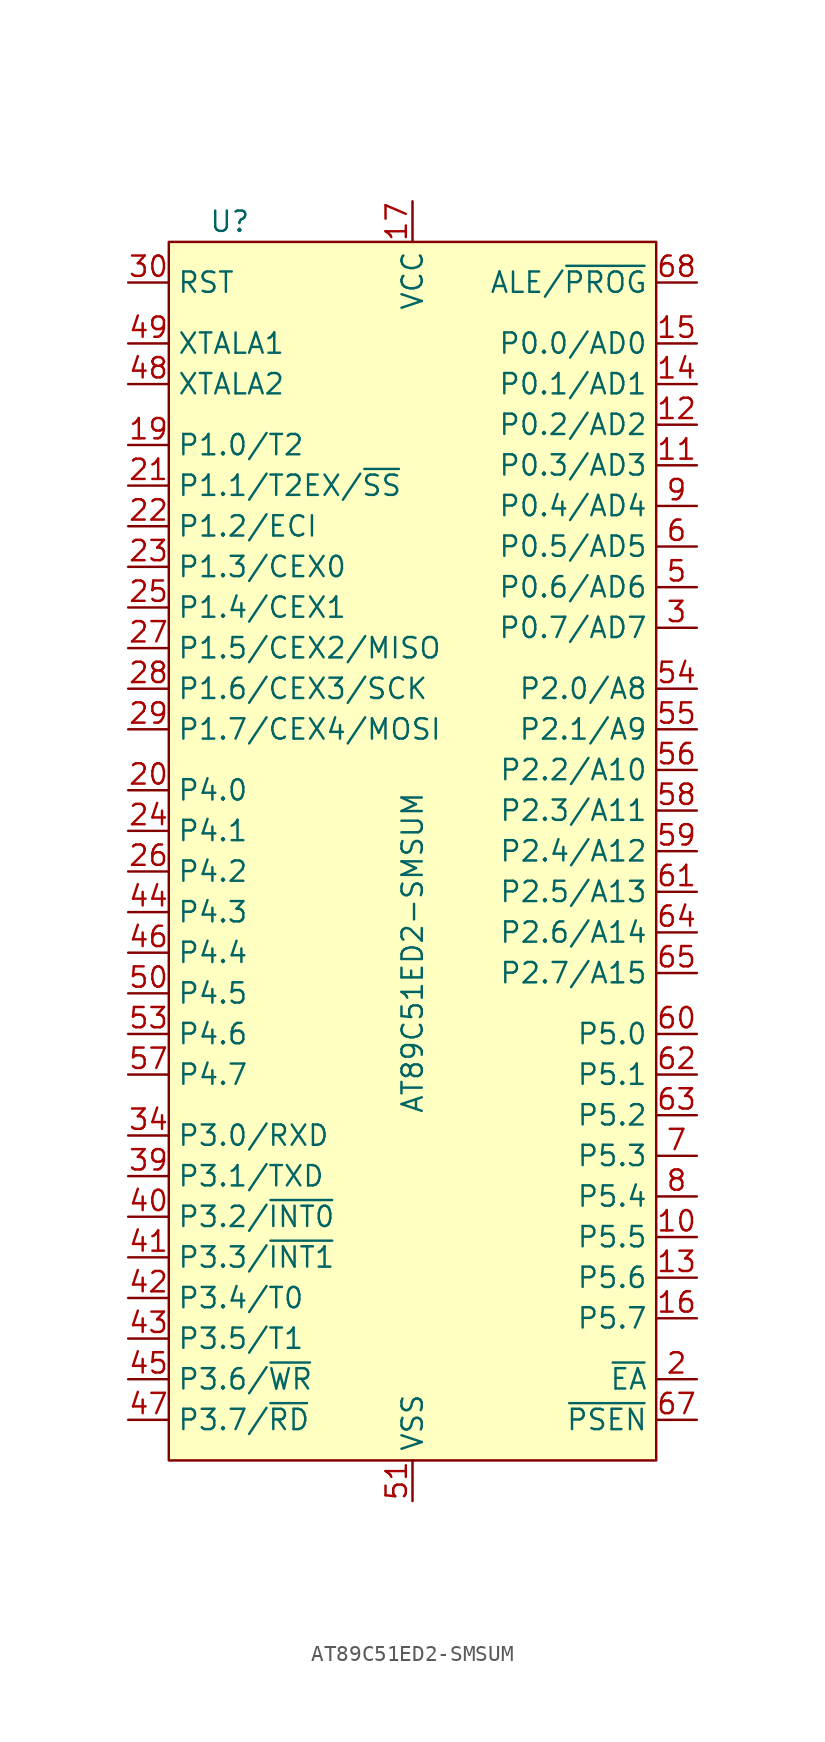
<source format=kicad_sym>
(kicad_symbol_lib
  (version 20211014)
  (generator kicad_symbol_editor)
  (symbol "AT89C51ED2-SMSUM"
    (property "Reference" "U"
      (at -11.43 39.37 0)
      (effects (font (size 1.27 1.27))))
    (property "Value" "AT89C51ED2-SMSUM"
      (at 0 -6.35 90)
      (effects (font (size 1.27 1.27))))
    (symbol "AT89C51ED2-SMSUM_0_1"
      (rectangle (start -15.24 38.1) (end 15.24 -38.1) (stroke (width 0) (type default) (color 0 0 0 0)) (fill (type background))))
    (symbol "AT89C51ED2-SMSUM_1_1"
      (pin bidirectional line (at 17.78 -24.13 180) (length 2.54) (name "P5.5" (effects (font (size 1.27 1.27)))) (number "10" (effects (font (size 1.27 1.27)))))
      (pin bidirectional line (at 17.78 24.13 180) (length 2.54) (name "P0.3/AD3" (effects (font (size 1.27 1.27)))) (number "11" (effects (font (size 1.27 1.27)))))
      (pin bidirectional line (at 17.78 26.67 180) (length 2.54) (name "P0.2/AD2" (effects (font (size 1.27 1.27)))) (number "12" (effects (font (size 1.27 1.27)))))
      (pin bidirectional line (at 17.78 -26.67 180) (length 2.54) (name "P5.6" (effects (font (size 1.27 1.27)))) (number "13" (effects (font (size 1.27 1.27)))))
      (pin bidirectional line (at 17.78 29.21 180) (length 2.54) (name "P0.1/AD1" (effects (font (size 1.27 1.27)))) (number "14" (effects (font (size 1.27 1.27)))))
      (pin bidirectional line (at 17.78 31.75 180) (length 2.54) (name "P0.0/AD0" (effects (font (size 1.27 1.27)))) (number "15" (effects (font (size 1.27 1.27)))))
      (pin bidirectional line (at 17.78 -29.21 180) (length 2.54) (name "P5.7" (effects (font (size 1.27 1.27)))) (number "16" (effects (font (size 1.27 1.27)))))
      (pin power_in line (at 0 40.64 270) (length 2.54) (name "VCC" (effects (font (size 1.27 1.27)))) (number "17" (effects (font (size 1.27 1.27)))))
      (pin bidirectional line (at -17.78 25.4 0) (length 2.54) (name "P1.0/T2" (effects (font (size 1.27 1.27)))) (number "19" (effects (font (size 1.27 1.27)))))
      (pin input line (at 17.78 -33.02 180) (length 2.54) (name "~{EA}" (effects (font (size 1.27 1.27)))) (number "2" (effects (font (size 1.27 1.27)))))
      (pin bidirectional line (at -17.78 3.81 0) (length 2.54) (name "P4.0" (effects (font (size 1.27 1.27)))) (number "20" (effects (font (size 1.27 1.27)))))
      (pin bidirectional line (at -17.78 22.86 0) (length 2.54) (name "P1.1/T2EX/~{SS}" (effects (font (size 1.27 1.27)))) (number "21" (effects (font (size 1.27 1.27)))))
      (pin bidirectional line (at -17.78 20.32 0) (length 2.54) (name "P1.2/ECI" (effects (font (size 1.27 1.27)))) (number "22" (effects (font (size 1.27 1.27)))))
      (pin bidirectional line (at -17.78 17.78 0) (length 2.54) (name "P1.3/CEX0" (effects (font (size 1.27 1.27)))) (number "23" (effects (font (size 1.27 1.27)))))
      (pin bidirectional line (at -17.78 1.27 0) (length 2.54) (name "P4.1" (effects (font (size 1.27 1.27)))) (number "24" (effects (font (size 1.27 1.27)))))
      (pin bidirectional line (at -17.78 15.24 0) (length 2.54) (name "P1.4/CEX1" (effects (font (size 1.27 1.27)))) (number "25" (effects (font (size 1.27 1.27)))))
      (pin bidirectional line (at -17.78 -1.27 0) (length 2.54) (name "P4.2" (effects (font (size 1.27 1.27)))) (number "26" (effects (font (size 1.27 1.27)))))
      (pin bidirectional line (at -17.78 12.7 0) (length 2.54) (name "P1.5/CEX2/MISO" (effects (font (size 1.27 1.27)))) (number "27" (effects (font (size 1.27 1.27)))))
      (pin bidirectional line (at -17.78 10.16 0) (length 2.54) (name "P1.6/CEX3/SCK" (effects (font (size 1.27 1.27)))) (number "28" (effects (font (size 1.27 1.27)))))
      (pin bidirectional line (at -17.78 7.62 0) (length 2.54) (name "P1.7/CEX4/MOSI" (effects (font (size 1.27 1.27)))) (number "29" (effects (font (size 1.27 1.27)))))
      (pin bidirectional line (at 17.78 13.97 180) (length 2.54) (name "P0.7/AD7" (effects (font (size 1.27 1.27)))) (number "3" (effects (font (size 1.27 1.27)))))
      (pin input line (at -17.78 35.56 0) (length 2.54) (name "RST" (effects (font (size 1.27 1.27)))) (number "30" (effects (font (size 1.27 1.27)))))
      (pin bidirectional line (at -17.78 -17.78 0) (length 2.54) (name "P3.0/RXD" (effects (font (size 1.27 1.27)))) (number "34" (effects (font (size 1.27 1.27)))))
      (pin bidirectional line (at -17.78 -20.32 0) (length 2.54) (name "P3.1/TXD" (effects (font (size 1.27 1.27)))) (number "39" (effects (font (size 1.27 1.27)))))
      (pin bidirectional line (at -17.78 -22.86 0) (length 2.54) (name "P3.2/~{INT0}" (effects (font (size 1.27 1.27)))) (number "40" (effects (font (size 1.27 1.27)))))
      (pin bidirectional line (at -17.78 -25.4 0) (length 2.54) (name "P3.3/~{INT1}" (effects (font (size 1.27 1.27)))) (number "41" (effects (font (size 1.27 1.27)))))
      (pin bidirectional line (at -17.78 -27.94 0) (length 2.54) (name "P3.4/T0" (effects (font (size 1.27 1.27)))) (number "42" (effects (font (size 1.27 1.27)))))
      (pin bidirectional line (at -17.78 -30.48 0) (length 2.54) (name "P3.5/T1" (effects (font (size 1.27 1.27)))) (number "43" (effects (font (size 1.27 1.27)))))
      (pin bidirectional line (at -17.78 -3.81 0) (length 2.54) (name "P4.3" (effects (font (size 1.27 1.27)))) (number "44" (effects (font (size 1.27 1.27)))))
      (pin bidirectional line (at -17.78 -33.02 0) (length 2.54) (name "P3.6/~{WR}" (effects (font (size 1.27 1.27)))) (number "45" (effects (font (size 1.27 1.27)))))
      (pin bidirectional line (at -17.78 -6.35 0) (length 2.54) (name "P4.4" (effects (font (size 1.27 1.27)))) (number "46" (effects (font (size 1.27 1.27)))))
      (pin bidirectional line (at -17.78 -35.56 0) (length 2.54) (name "P3.7/~{RD}" (effects (font (size 1.27 1.27)))) (number "47" (effects (font (size 1.27 1.27)))))
      (pin output line (at -17.78 29.21 0) (length 2.54) (name "XTALA2" (effects (font (size 1.27 1.27)))) (number "48" (effects (font (size 1.27 1.27)))))
      (pin input line (at -17.78 31.75 0) (length 2.54) (name "XTALA1" (effects (font (size 1.27 1.27)))) (number "49" (effects (font (size 1.27 1.27)))))
      (pin bidirectional line (at 17.78 16.51 180) (length 2.54) (name "P0.6/AD6" (effects (font (size 1.27 1.27)))) (number "5" (effects (font (size 1.27 1.27)))))
      (pin bidirectional line (at -17.78 -8.89 0) (length 2.54) (name "P4.5" (effects (font (size 1.27 1.27)))) (number "50" (effects (font (size 1.27 1.27)))))
      (pin power_in line (at 0 -40.64 90) (length 2.54) (name "VSS" (effects (font (size 1.27 1.27)))) (number "51" (effects (font (size 1.27 1.27)))))
      (pin bidirectional line (at -17.78 -11.43 0) (length 2.54) (name "P4.6" (effects (font (size 1.27 1.27)))) (number "53" (effects (font (size 1.27 1.27)))))
      (pin bidirectional line (at 17.78 10.16 180) (length 2.54) (name "P2.0/A8" (effects (font (size 1.27 1.27)))) (number "54" (effects (font (size 1.27 1.27)))))
      (pin bidirectional line (at 17.78 7.62 180) (length 2.54) (name "P2.1/A9" (effects (font (size 1.27 1.27)))) (number "55" (effects (font (size 1.27 1.27)))))
      (pin bidirectional line (at 17.78 5.08 180) (length 2.54) (name "P2.2/A10" (effects (font (size 1.27 1.27)))) (number "56" (effects (font (size 1.27 1.27)))))
      (pin bidirectional line (at -17.78 -13.97 0) (length 2.54) (name "P4.7" (effects (font (size 1.27 1.27)))) (number "57" (effects (font (size 1.27 1.27)))))
      (pin bidirectional line (at 17.78 2.54 180) (length 2.54) (name "P2.3/A11" (effects (font (size 1.27 1.27)))) (number "58" (effects (font (size 1.27 1.27)))))
      (pin bidirectional line (at 17.78 0 180) (length 2.54) (name "P2.4/A12" (effects (font (size 1.27 1.27)))) (number "59" (effects (font (size 1.27 1.27)))))
      (pin bidirectional line (at 17.78 19.05 180) (length 2.54) (name "P0.5/AD5" (effects (font (size 1.27 1.27)))) (number "6" (effects (font (size 1.27 1.27)))))
      (pin bidirectional line (at 17.78 -11.43 180) (length 2.54) (name "P5.0" (effects (font (size 1.27 1.27)))) (number "60" (effects (font (size 1.27 1.27)))))
      (pin bidirectional line (at 17.78 -2.54 180) (length 2.54) (name "P2.5/A13" (effects (font (size 1.27 1.27)))) (number "61" (effects (font (size 1.27 1.27)))))
      (pin bidirectional line (at 17.78 -13.97 180) (length 2.54) (name "P5.1" (effects (font (size 1.27 1.27)))) (number "62" (effects (font (size 1.27 1.27)))))
      (pin bidirectional line (at 17.78 -16.51 180) (length 2.54) (name "P5.2" (effects (font (size 1.27 1.27)))) (number "63" (effects (font (size 1.27 1.27)))))
      (pin bidirectional line (at 17.78 -5.08 180) (length 2.54) (name "P2.6/A14" (effects (font (size 1.27 1.27)))) (number "64" (effects (font (size 1.27 1.27)))))
      (pin bidirectional line (at 17.78 -7.62 180) (length 2.54) (name "P2.7/A15" (effects (font (size 1.27 1.27)))) (number "65" (effects (font (size 1.27 1.27)))))
      (pin output line (at 17.78 -35.56 180) (length 2.54) (name "~{PSEN}" (effects (font (size 1.27 1.27)))) (number "67" (effects (font (size 1.27 1.27)))))
      (pin output line (at 17.78 35.56 180) (length 2.54) (name "ALE/~{PROG}" (effects (font (size 1.27 1.27)))) (number "68" (effects (font (size 1.27 1.27)))))
      (pin bidirectional line (at 17.78 -19.05 180) (length 2.54) (name "P5.3" (effects (font (size 1.27 1.27)))) (number "7" (effects (font (size 1.27 1.27)))))
      (pin bidirectional line (at 17.78 -21.59 180) (length 2.54) (name "P5.4" (effects (font (size 1.27 1.27)))) (number "8" (effects (font (size 1.27 1.27)))))
      (pin bidirectional line (at 17.78 21.59 180) (length 2.54) (name "P0.4/AD4" (effects (font (size 1.27 1.27)))) (number "9" (effects (font (size 1.27 1.27))))))))
</source>
